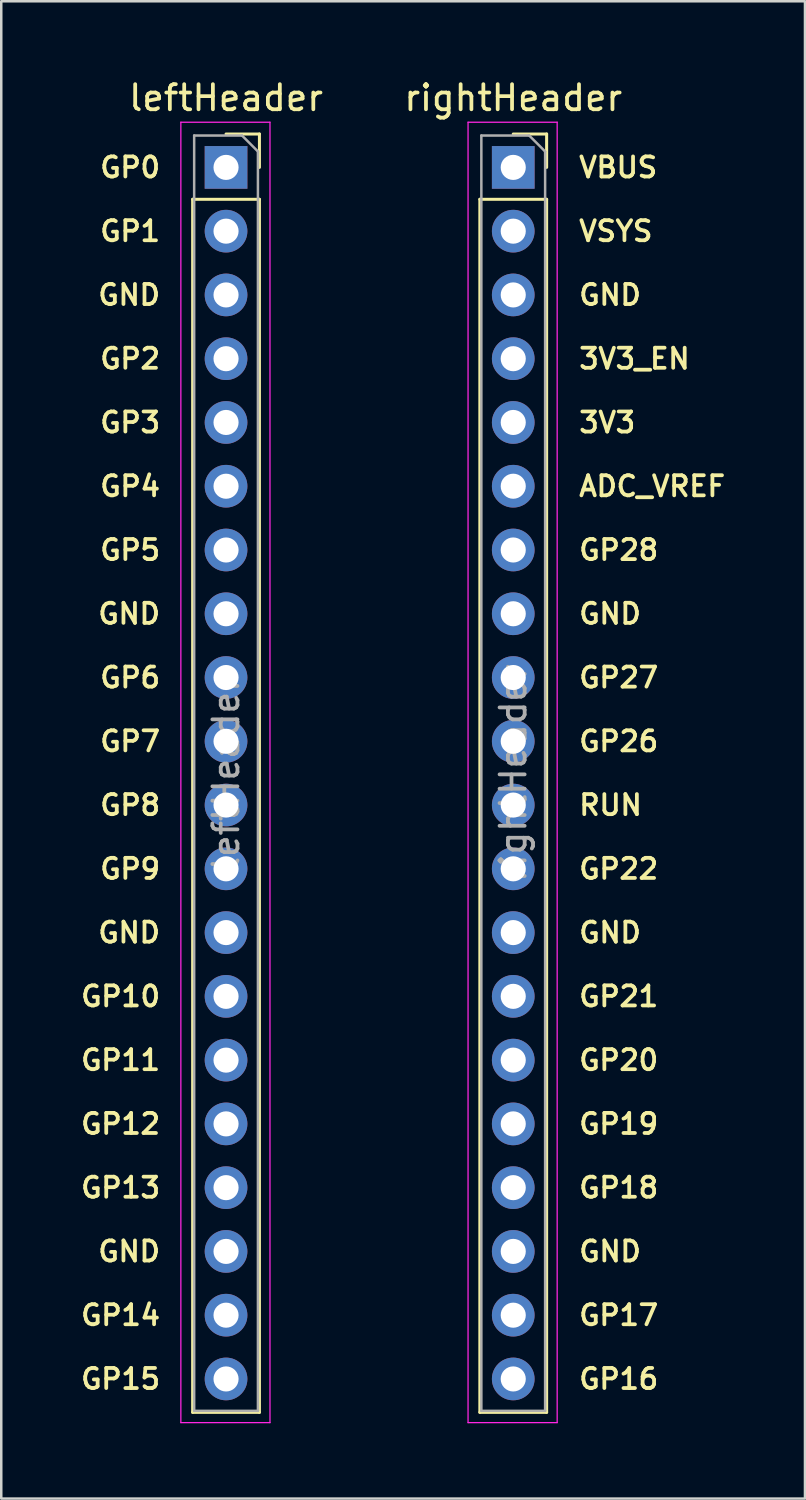
<source format=kicad_pcb>
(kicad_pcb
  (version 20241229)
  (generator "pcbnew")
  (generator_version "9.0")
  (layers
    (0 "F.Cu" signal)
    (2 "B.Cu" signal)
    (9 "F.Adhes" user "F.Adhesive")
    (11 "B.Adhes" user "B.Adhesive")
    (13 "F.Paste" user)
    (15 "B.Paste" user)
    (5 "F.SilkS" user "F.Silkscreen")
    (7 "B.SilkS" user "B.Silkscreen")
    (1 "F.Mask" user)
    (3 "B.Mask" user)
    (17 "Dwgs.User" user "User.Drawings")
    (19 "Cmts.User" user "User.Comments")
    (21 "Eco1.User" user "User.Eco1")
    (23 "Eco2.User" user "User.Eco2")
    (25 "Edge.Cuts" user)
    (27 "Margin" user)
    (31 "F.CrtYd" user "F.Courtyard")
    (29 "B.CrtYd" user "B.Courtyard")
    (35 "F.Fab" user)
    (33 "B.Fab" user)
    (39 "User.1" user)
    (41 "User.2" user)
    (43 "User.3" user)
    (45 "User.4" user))
  (footprint "leftHeader"
    (layer "F.Cu")
    (at 5.954 3.618)
    (property "Reference" "leftHeader" (at 0 -2.77 0) (layer "F.SilkS") (effects (font (size 1 1) (thickness 0.15))))
    (attr through_hole)
    (fp_line (start -1.33 1.27) (end -1.33 49.59) (stroke (width 0.12) (type solid)) (layer "F.SilkS"))
    (fp_line (start -1.33 1.27) (end 1.33 1.27) (stroke (width 0.12) (type solid)) (layer "F.SilkS"))
    (fp_line (start -1.33 49.59) (end 1.33 49.59) (stroke (width 0.12) (type solid)) (layer "F.SilkS"))
    (fp_line (start 0 -1.33) (end 1.33 -1.33) (stroke (width 0.12) (type solid)) (layer "F.SilkS"))
    (fp_line (start 1.33 -1.33) (end 1.33 0) (stroke (width 0.12) (type solid)) (layer "F.SilkS"))
    (fp_line (start 1.33 1.27) (end 1.33 49.59) (stroke (width 0.12) (type solid)) (layer "F.SilkS"))
    (fp_line (start -1.8 -1.8) (end 1.75 -1.8) (stroke (width 0.05) (type solid)) (layer "F.CrtYd"))
    (fp_line (start -1.8 50) (end -1.8 -1.8) (stroke (width 0.05) (type solid)) (layer "F.CrtYd"))
    (fp_line (start 1.75 -1.8) (end 1.75 50) (stroke (width 0.05) (type solid)) (layer "F.CrtYd"))
    (fp_line (start 1.75 50) (end -1.8 50) (stroke (width 0.05) (type solid)) (layer "F.CrtYd"))
    (fp_line (start -1.27 -1.27) (end 0.635 -1.27) (stroke (width 0.1) (type solid)) (layer "F.Fab"))
    (fp_line (start -1.27 49.53) (end -1.27 -1.27) (stroke (width 0.1) (type solid)) (layer "F.Fab"))
    (fp_line (start 0.635 -1.27) (end 1.27 -0.635) (stroke (width 0.1) (type solid)) (layer "F.Fab"))
    (fp_line (start 1.27 -0.635) (end 1.27 49.53) (stroke (width 0.1) (type solid)) (layer "F.Fab"))
    (fp_line (start 1.27 49.53) (end -1.27 49.53) (stroke (width 0.1) (type solid)) (layer "F.Fab"))
    (fp_text user "GP3" (at -2.54 10.16 0) (layer "F.SilkS") (effects (font (size 0.8 0.8) (thickness 0.15)) (justify right)))
    (fp_text user "GP8" (at -2.54 25.4 0) (layer "F.SilkS") (effects (font (size 0.8 0.8) (thickness 0.15)) (justify right)))
    (fp_text user "GP11" (at -2.54 35.56 0) (layer "F.SilkS") (effects (font (size 0.8 0.8) (thickness 0.15)) (justify right)))
    (fp_text user "GND" (at -2.54 5.08 0) (layer "F.SilkS") (effects (font (size 0.8 0.8) (thickness 0.15)) (justify right)))
    (fp_text user "GP13" (at -2.54 40.64 0) (layer "F.SilkS") (effects (font (size 0.8 0.8) (thickness 0.15)) (justify right)))
    (fp_text user "GP4" (at -2.54 12.7 0) (layer "F.SilkS") (effects (font (size 0.8 0.8) (thickness 0.15)) (justify right)))
    (fp_text user "GP10" (at -2.54 33.02 0) (layer "F.SilkS") (effects (font (size 0.8 0.8) (thickness 0.15)) (justify right)))
    (fp_text user "GP14" (at -2.54 45.72 0) (layer "F.SilkS") (effects (font (size 0.8 0.8) (thickness 0.15)) (justify right)))
    (fp_text user "GP9" (at -2.54 27.94 0) (layer "F.SilkS") (effects (font (size 0.8 0.8) (thickness 0.15)) (justify right)))
    (fp_text user "GP1" (at -2.54 2.54 0) (layer "F.SilkS") (effects (font (size 0.8 0.8) (thickness 0.15)) (justify right)))
    (fp_text user "GP0" (at -2.54 0 0) (layer "F.SilkS") (effects (font (size 0.8 0.8) (thickness 0.15)) (justify right)))
    (fp_text user "GP7" (at -2.54 22.86 0) (layer "F.SilkS") (effects (font (size 0.8 0.8) (thickness 0.15)) (justify right)))
    (fp_text user "GND" (at -2.54 17.78 0) (layer "F.SilkS") (effects (font (size 0.8 0.8) (thickness 0.15)) (justify right)))
    (fp_text user "GND" (at -2.54 43.18 0) (layer "F.SilkS") (effects (font (size 0.8 0.8) (thickness 0.15)) (justify right)))
    (fp_text user "GP2" (at -2.54 7.62 0) (layer "F.SilkS") (effects (font (size 0.8 0.8) (thickness 0.15)) (justify right)))
    (fp_text user "GND" (at -2.54 30.48 0) (layer "F.SilkS") (effects (font (size 0.8 0.8) (thickness 0.15)) (justify right)))
    (fp_text user "GP5" (at -2.54 15.24 0) (layer "F.SilkS") (effects (font (size 0.8 0.8) (thickness 0.15)) (justify right)))
    (fp_text user "GP12" (at -2.54 38.1 0) (layer "F.SilkS") (effects (font (size 0.8 0.8) (thickness 0.15)) (justify right)))
    (fp_text user "GP15" (at -2.54 48.26 0) (layer "F.SilkS") (effects (font (size 0.8 0.8) (thickness 0.15)) (justify right)))
    (fp_text user "GP6" (at -2.54 20.32 0) (layer "F.SilkS") (effects (font (size 0.8 0.8) (thickness 0.15)) (justify right)))
    (fp_text user "${REFERENCE}" (at 0 24.13 90) (layer "F.Fab") (effects (font (size 1 1) (thickness 0.15))))
    (pad "1" thru_hole rect (at 0 0) (size 1.7 1.7) (drill 1) (layers "*.Cu" "*.Mask"))
    (pad "2" thru_hole oval (at 0 2.54) (size 1.7 1.7) (drill 1) (layers "*.Cu" "*.Mask"))
    (pad "3" thru_hole oval (at 0 5.08) (size 1.7 1.7) (drill 1) (layers "*.Cu" "*.Mask"))
    (pad "4" thru_hole oval (at 0 7.62) (size 1.7 1.7) (drill 1) (layers "*.Cu" "*.Mask"))
    (pad "5" thru_hole oval (at 0 10.16) (size 1.7 1.7) (drill 1) (layers "*.Cu" "*.Mask"))
    (pad "6" thru_hole oval (at 0 12.7) (size 1.7 1.7) (drill 1) (layers "*.Cu" "*.Mask"))
    (pad "7" thru_hole oval (at 0 15.24) (size 1.7 1.7) (drill 1) (layers "*.Cu" "*.Mask"))
    (pad "8" thru_hole oval (at 0 17.78) (size 1.7 1.7) (drill 1) (layers "*.Cu" "*.Mask"))
    (pad "9" thru_hole oval (at 0 20.32) (size 1.7 1.7) (drill 1) (layers "*.Cu" "*.Mask"))
    (pad "10" thru_hole oval (at 0 22.86) (size 1.7 1.7) (drill 1) (layers "*.Cu" "*.Mask"))
    (pad "11" thru_hole oval (at 0 25.4) (size 1.7 1.7) (drill 1) (layers "*.Cu" "*.Mask"))
    (pad "12" thru_hole oval (at 0 27.94) (size 1.7 1.7) (drill 1) (layers "*.Cu" "*.Mask"))
    (pad "13" thru_hole oval (at 0 30.48) (size 1.7 1.7) (drill 1) (layers "*.Cu" "*.Mask"))
    (pad "14" thru_hole oval (at 0 33.02) (size 1.7 1.7) (drill 1) (layers "*.Cu" "*.Mask"))
    (pad "15" thru_hole oval (at 0 35.56) (size 1.7 1.7) (drill 1) (layers "*.Cu" "*.Mask"))
    (pad "16" thru_hole oval (at 0 38.1) (size 1.7 1.7) (drill 1) (layers "*.Cu" "*.Mask"))
    (pad "17" thru_hole oval (at 0 40.64) (size 1.7 1.7) (drill 1) (layers "*.Cu" "*.Mask"))
    (pad "18" thru_hole oval (at 0 43.18) (size 1.7 1.7) (drill 1) (layers "*.Cu" "*.Mask"))
    (pad "19" thru_hole oval (at 0 45.72) (size 1.7 1.7) (drill 1) (layers "*.Cu" "*.Mask"))
    (pad "20" thru_hole oval (at 0 48.26) (size 1.7 1.7) (drill 1) (layers "*.Cu" "*.Mask")))
  (footprint "rightHeader"
    (layer "F.Cu")
    (at 17.394 3.618)
    (property "Reference" "rightHeader" (at 0 -2.77 0) (layer "F.SilkS") (effects (font (size 1 1) (thickness 0.15))))
    (attr through_hole)
    (fp_line (start -1.33 1.27) (end -1.33 49.59) (stroke (width 0.12) (type solid)) (layer "F.SilkS"))
    (fp_line (start -1.33 1.27) (end 1.33 1.27) (stroke (width 0.12) (type solid)) (layer "F.SilkS"))
    (fp_line (start -1.33 49.59) (end 1.33 49.59) (stroke (width 0.12) (type solid)) (layer "F.SilkS"))
    (fp_line (start 0 -1.33) (end 1.33 -1.33) (stroke (width 0.12) (type solid)) (layer "F.SilkS"))
    (fp_line (start 1.33 -1.33) (end 1.33 0) (stroke (width 0.12) (type solid)) (layer "F.SilkS"))
    (fp_line (start 1.33 1.27) (end 1.33 49.59) (stroke (width 0.12) (type solid)) (layer "F.SilkS"))
    (fp_line (start -1.8 -1.8) (end 1.75 -1.8) (stroke (width 0.05) (type solid)) (layer "F.CrtYd"))
    (fp_line (start -1.8 50) (end -1.8 -1.8) (stroke (width 0.05) (type solid)) (layer "F.CrtYd"))
    (fp_line (start 1.75 -1.8) (end 1.75 50) (stroke (width 0.05) (type solid)) (layer "F.CrtYd"))
    (fp_line (start 1.75 50) (end -1.8 50) (stroke (width 0.05) (type solid)) (layer "F.CrtYd"))
    (fp_line (start -1.27 -1.27) (end 0.635 -1.27) (stroke (width 0.1) (type solid)) (layer "F.Fab"))
    (fp_line (start -1.27 49.53) (end -1.27 -1.27) (stroke (width 0.1) (type solid)) (layer "F.Fab"))
    (fp_line (start 0.635 -1.27) (end 1.27 -0.635) (stroke (width 0.1) (type solid)) (layer "F.Fab"))
    (fp_line (start 1.27 -0.635) (end 1.27 49.53) (stroke (width 0.1) (type solid)) (layer "F.Fab"))
    (fp_line (start 1.27 49.53) (end -1.27 49.53) (stroke (width 0.1) (type solid)) (layer "F.Fab"))
    (fp_text user "GP22" (at 2.54 27.94 0) (layer "F.SilkS") (effects (font (size 0.8 0.8) (thickness 0.15)) (justify left)))
    (fp_text user "VBUS" (at 2.54 0 0) (layer "F.SilkS") (effects (font (size 0.8 0.8) (thickness 0.15)) (justify left)))
    (fp_text user "GP26" (at 2.54 22.86 0) (layer "F.SilkS") (effects (font (size 0.8 0.8) (thickness 0.15)) (justify left)))
    (fp_text user "GND" (at 2.54 17.78 0) (layer "F.SilkS") (effects (font (size 0.8 0.8) (thickness 0.15)) (justify left)))
    (fp_text user "GP21" (at 2.54 33.02 0) (layer "F.SilkS") (effects (font (size 0.8 0.8) (thickness 0.15)) (justify left)))
    (fp_text user "GND" (at 2.54 43.18 0) (layer "F.SilkS") (effects (font (size 0.8 0.8) (thickness 0.15)) (justify left)))
    (fp_text user "GP16" (at 2.54 48.26 0) (layer "F.SilkS") (effects (font (size 0.8 0.8) (thickness 0.15)) (justify left)))
    (fp_text user "GP27" (at 2.54 20.32 0) (layer "F.SilkS") (effects (font (size 0.8 0.8) (thickness 0.15)) (justify left)))
    (fp_text user "VSYS" (at 2.54 2.54 0) (layer "F.SilkS") (effects (font (size 0.8 0.8) (thickness 0.15)) (justify left)))
    (fp_text user "3V3" (at 2.54 10.16 0) (layer "F.SilkS") (effects (font (size 0.8 0.8) (thickness 0.15)) (justify left)))
    (fp_text user "GP20" (at 2.54 35.56 0) (layer "F.SilkS") (effects (font (size 0.8 0.8) (thickness 0.15)) (justify left)))
    (fp_text user "ADC_VREF" (at 2.54 12.7 0) (layer "F.SilkS") (effects (font (size 0.8 0.8) (thickness 0.15)) (justify left)))
    (fp_text user "GND" (at 2.54 5.08 0) (layer "F.SilkS") (effects (font (size 0.8 0.8) (thickness 0.15)) (justify left)))
    (fp_text user "GP28" (at 2.54 15.24 0) (layer "F.SilkS") (effects (font (size 0.8 0.8) (thickness 0.15)) (justify left)))
    (fp_text user "3V3_EN" (at 2.54 7.62 0) (layer "F.SilkS") (effects (font (size 0.8 0.8) (thickness 0.15)) (justify left)))
    (fp_text user "GP18" (at 2.54 40.64 0) (layer "F.SilkS") (effects (font (size 0.8 0.8) (thickness 0.15)) (justify left)))
    (fp_text user "GP17" (at 2.54 45.72 0) (layer "F.SilkS") (effects (font (size 0.8 0.8) (thickness 0.15)) (justify left)))
    (fp_text user "GND" (at 2.54 30.48 0) (layer "F.SilkS") (effects (font (size 0.8 0.8) (thickness 0.15)) (justify left)))
    (fp_text user "GP19" (at 2.54 38.1 0) (layer "F.SilkS") (effects (font (size 0.8 0.8) (thickness 0.15)) (justify left)))
    (fp_text user "RUN" (at 2.54 25.4 0) (layer "F.SilkS") (effects (font (size 0.8 0.8) (thickness 0.15)) (justify left)))
    (fp_text user "${REFERENCE}" (at 0 24.13 90) (layer "F.Fab") (effects (font (size 1 1) (thickness 0.15))))
    (pad "1" thru_hole rect (at 0 0) (size 1.7 1.7) (drill 1) (layers "*.Cu" "*.Mask"))
    (pad "2" thru_hole oval (at 0 2.54) (size 1.7 1.7) (drill 1) (layers "*.Cu" "*.Mask"))
    (pad "3" thru_hole oval (at 0 5.08) (size 1.7 1.7) (drill 1) (layers "*.Cu" "*.Mask"))
    (pad "4" thru_hole oval (at 0 7.62) (size 1.7 1.7) (drill 1) (layers "*.Cu" "*.Mask"))
    (pad "5" thru_hole oval (at 0 10.16) (size 1.7 1.7) (drill 1) (layers "*.Cu" "*.Mask"))
    (pad "6" thru_hole oval (at 0 12.7) (size 1.7 1.7) (drill 1) (layers "*.Cu" "*.Mask"))
    (pad "7" thru_hole oval (at 0 15.24) (size 1.7 1.7) (drill 1) (layers "*.Cu" "*.Mask"))
    (pad "8" thru_hole oval (at 0 17.78) (size 1.7 1.7) (drill 1) (layers "*.Cu" "*.Mask"))
    (pad "9" thru_hole oval (at 0 20.32) (size 1.7 1.7) (drill 1) (layers "*.Cu" "*.Mask"))
    (pad "10" thru_hole oval (at 0 22.86) (size 1.7 1.7) (drill 1) (layers "*.Cu" "*.Mask"))
    (pad "11" thru_hole oval (at 0 25.4) (size 1.7 1.7) (drill 1) (layers "*.Cu" "*.Mask"))
    (pad "12" thru_hole oval (at 0 27.94) (size 1.7 1.7) (drill 1) (layers "*.Cu" "*.Mask"))
    (pad "13" thru_hole oval (at 0 30.48) (size 1.7 1.7) (drill 1) (layers "*.Cu" "*.Mask"))
    (pad "14" thru_hole oval (at 0 33.02) (size 1.7 1.7) (drill 1) (layers "*.Cu" "*.Mask"))
    (pad "15" thru_hole oval (at 0 35.56) (size 1.7 1.7) (drill 1) (layers "*.Cu" "*.Mask"))
    (pad "16" thru_hole oval (at 0 38.1) (size 1.7 1.7) (drill 1) (layers "*.Cu" "*.Mask"))
    (pad "17" thru_hole oval (at 0 40.64) (size 1.7 1.7) (drill 1) (layers "*.Cu" "*.Mask"))
    (pad "18" thru_hole oval (at 0 43.18) (size 1.7 1.7) (drill 1) (layers "*.Cu" "*.Mask"))
    (pad "19" thru_hole oval (at 0 45.72) (size 1.7 1.7) (drill 1) (layers "*.Cu" "*.Mask"))
    (pad "20" thru_hole oval (at 0 48.26) (size 1.7 1.7) (drill 1) (layers "*.Cu" "*.Mask")))
  (gr_rect
    (start -3 -3)
    (end 29.015 56.643)
    (stroke (width 0.1) (type default))
    (fill no)
    (layer "Edge.Cuts")))
</source>
